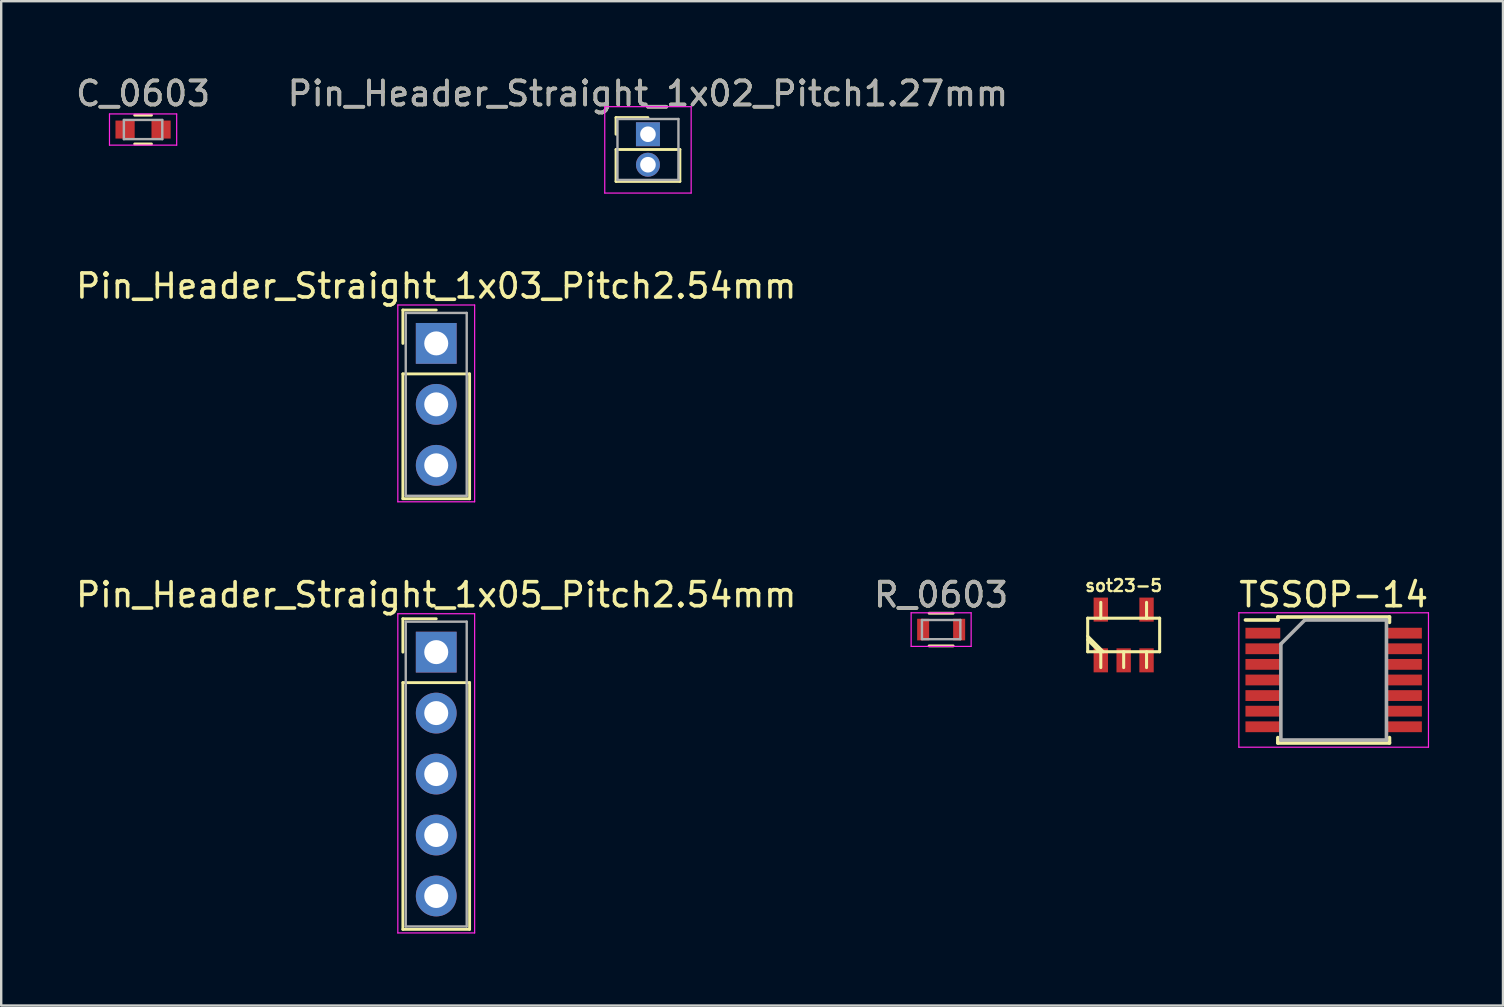
<source format=kicad_pcb>
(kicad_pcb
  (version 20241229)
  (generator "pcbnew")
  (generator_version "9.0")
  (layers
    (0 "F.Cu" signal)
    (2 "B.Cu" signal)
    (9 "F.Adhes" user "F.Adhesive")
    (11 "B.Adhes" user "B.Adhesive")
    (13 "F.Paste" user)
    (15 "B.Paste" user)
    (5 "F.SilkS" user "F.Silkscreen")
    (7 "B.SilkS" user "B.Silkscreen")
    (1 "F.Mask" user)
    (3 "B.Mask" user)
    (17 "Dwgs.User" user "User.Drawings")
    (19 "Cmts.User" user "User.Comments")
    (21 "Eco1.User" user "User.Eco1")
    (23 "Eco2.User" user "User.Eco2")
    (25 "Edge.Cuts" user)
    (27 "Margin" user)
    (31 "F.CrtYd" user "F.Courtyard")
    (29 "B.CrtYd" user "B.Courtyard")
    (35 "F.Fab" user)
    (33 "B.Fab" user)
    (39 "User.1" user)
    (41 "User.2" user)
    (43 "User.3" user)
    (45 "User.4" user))
  (footprint "Pin_Header_Straight_1x03_Pitch2.54mm"
    (layer "F.Cu")
    (at 15.125 11.257)
    (property "Reference" "Pin_Header_Straight_1x03_Pitch2.54mm" (at 0 -2.39 0) (layer "F.SilkS") (effects (font (size 1 1) (thickness 0.15))))
    (attr through_hole)
    (fp_line (start -1.39 -1.39) (end 0 -1.39) (stroke (width 0.12) (type solid)) (layer "F.SilkS"))
    (fp_line (start -1.39 0) (end -1.39 -1.39) (stroke (width 0.12) (type solid)) (layer "F.SilkS"))
    (fp_line (start -1.39 1.27) (end -1.39 6.47) (stroke (width 0.12) (type solid)) (layer "F.SilkS"))
    (fp_line (start -1.39 6.47) (end 1.39 6.47) (stroke (width 0.12) (type solid)) (layer "F.SilkS"))
    (fp_line (start 1.39 1.27) (end -1.39 1.27) (stroke (width 0.12) (type solid)) (layer "F.SilkS"))
    (fp_line (start 1.39 6.47) (end 1.39 1.27) (stroke (width 0.12) (type solid)) (layer "F.SilkS"))
    (fp_line (start -1.6 -1.6) (end -1.6 6.6) (stroke (width 0.05) (type solid)) (layer "F.CrtYd"))
    (fp_line (start -1.6 6.6) (end 1.6 6.6) (stroke (width 0.05) (type solid)) (layer "F.CrtYd"))
    (fp_line (start 1.6 -1.6) (end -1.6 -1.6) (stroke (width 0.05) (type solid)) (layer "F.CrtYd"))
    (fp_line (start 1.6 6.6) (end 1.6 -1.6) (stroke (width 0.05) (type solid)) (layer "F.CrtYd"))
    (fp_line (start -1.27 -1.27) (end -1.27 6.35) (stroke (width 0.1) (type solid)) (layer "F.Fab"))
    (fp_line (start -1.27 6.35) (end 1.27 6.35) (stroke (width 0.1) (type solid)) (layer "F.Fab"))
    (fp_line (start 1.27 -1.27) (end -1.27 -1.27) (stroke (width 0.1) (type solid)) (layer "F.Fab"))
    (fp_line (start 1.27 6.35) (end 1.27 -1.27) (stroke (width 0.1) (type solid)) (layer "F.Fab"))
    (pad "1" thru_hole rect (at 0 0) (size 1.7 1.7) (drill 1) (layers "*.Cu" "*.Mask"))
    (pad "2" thru_hole oval (at 0 2.54) (size 1.7 1.7) (drill 1) (layers "*.Cu" "*.Mask"))
    (pad "3" thru_hole oval (at 0 5.08) (size 1.7 1.7) (drill 1) (layers "*.Cu" "*.Mask")))
  (footprint "sot23-5"
    (layer "F.Cu")
    (at 43.766 23.405)
    (property "Reference" "sot23-5" (at 0 -2.057 0) (layer "F.SilkS") (effects (font (size 0.5 0.5) (thickness 0.099))))
    (attr through_hole)
    (fp_line (start -1.499 -0.699) (end 1.499 -0.699) (stroke (width 0.127) (type solid)) (layer "F.SilkS"))
    (fp_line (start -1.499 0.699) (end -1.499 -0.699) (stroke (width 0.127) (type solid)) (layer "F.SilkS"))
    (fp_line (start -1.003 0.699) (end -1.499 0.203) (stroke (width 0.127) (type solid)) (layer "F.SilkS"))
    (fp_line (start -0.953 -0.699) (end -0.953 -1.359) (stroke (width 0.127) (type solid)) (layer "F.SilkS"))
    (fp_line (start -0.953 0.699) (end -0.953 1.359) (stroke (width 0.127) (type solid)) (layer "F.SilkS"))
    (fp_line (start -0.851 0.699) (end -1.499 0.051) (stroke (width 0.127) (type solid)) (layer "F.SilkS"))
    (fp_line (start 0 0.699) (end 0 1.359) (stroke (width 0.127) (type solid)) (layer "F.SilkS"))
    (fp_line (start 0.953 -0.699) (end 0.953 -1.359) (stroke (width 0.127) (type solid)) (layer "F.SilkS"))
    (fp_line (start 0.953 0.699) (end 0.953 1.359) (stroke (width 0.127) (type solid)) (layer "F.SilkS"))
    (fp_line (start 1.499 -0.699) (end 1.499 0.699) (stroke (width 0.127) (type solid)) (layer "F.SilkS"))
    (fp_line (start 1.499 0.699) (end -1.499 0.699) (stroke (width 0.127) (type solid)) (layer "F.SilkS"))
    (pad "1" smd rect (at -0.953 1.057) (size 0.599 1.001) (layers "F.Cu" "F.Mask" "F.Paste"))
    (pad "2" smd rect (at 0 1.057) (size 0.599 1.001) (layers "F.Cu" "F.Mask" "F.Paste"))
    (pad "3" smd rect (at 0.953 1.057) (size 0.599 1.001) (layers "F.Cu" "F.Mask" "F.Paste"))
    (pad "4" smd rect (at 0.953 -1.057) (size 0.599 1.001) (layers "F.Cu" "F.Mask" "F.Paste"))
    (pad "5" smd rect (at -0.953 -1.057) (size 0.599 1.001) (layers "F.Cu" "F.Mask" "F.Paste")))
  (footprint "C_0603"
    (layer "F.Cu")
    (at 2.911 2.348)
    (property "Reference" "C_0603" (at 0 -1.5 0) (layer "F.SilkS") (effects (font (size 1 1) (thickness 0.15))))
    (attr smd)
    (fp_line (start -0.35 -0.6) (end 0.35 -0.6) (stroke (width 0.12) (type solid)) (layer "F.SilkS"))
    (fp_line (start 0.35 0.6) (end -0.35 0.6) (stroke (width 0.12) (type solid)) (layer "F.SilkS"))
    (fp_line (start -1.4 -0.65) (end -1.4 0.65) (stroke (width 0.05) (type solid)) (layer "F.CrtYd"))
    (fp_line (start -1.4 -0.65) (end 1.4 -0.65) (stroke (width 0.05) (type solid)) (layer "F.CrtYd"))
    (fp_line (start 1.4 0.65) (end -1.4 0.65) (stroke (width 0.05) (type solid)) (layer "F.CrtYd"))
    (fp_line (start 1.4 0.65) (end 1.4 -0.65) (stroke (width 0.05) (type solid)) (layer "F.CrtYd"))
    (fp_line (start -0.8 -0.4) (end 0.8 -0.4) (stroke (width 0.1) (type solid)) (layer "F.Fab"))
    (fp_line (start -0.8 0.4) (end -0.8 -0.4) (stroke (width 0.1) (type solid)) (layer "F.Fab"))
    (fp_line (start 0.8 -0.4) (end 0.8 0.4) (stroke (width 0.1) (type solid)) (layer "F.Fab"))
    (fp_line (start 0.8 0.4) (end -0.8 0.4) (stroke (width 0.1) (type solid)) (layer "F.Fab"))
    (fp_text user "${REFERENCE}" (at 0 -1.5 0) (layer "F.Fab") (effects (font (size 1 1) (thickness 0.15))))
    (pad "1" smd rect (at -0.75 0) (size 0.8 0.75) (layers "F.Cu" "F.Mask" "F.Paste"))
    (pad "2" smd rect (at 0.75 0) (size 0.8 0.75) (layers "F.Cu" "F.Mask" "F.Paste")))
  (footprint "Pin_Header_Straight_1x05_Pitch2.54mm"
    (layer "F.Cu")
    (at 15.125 24.12)
    (property "Reference" "Pin_Header_Straight_1x05_Pitch2.54mm" (at 0 -2.39 0) (layer "F.SilkS") (effects (font (size 1 1) (thickness 0.15))))
    (attr through_hole)
    (fp_line (start -1.39 -1.39) (end 0 -1.39) (stroke (width 0.12) (type solid)) (layer "F.SilkS"))
    (fp_line (start -1.39 0) (end -1.39 -1.39) (stroke (width 0.12) (type solid)) (layer "F.SilkS"))
    (fp_line (start -1.39 1.27) (end -1.39 11.55) (stroke (width 0.12) (type solid)) (layer "F.SilkS"))
    (fp_line (start -1.39 11.55) (end 1.39 11.55) (stroke (width 0.12) (type solid)) (layer "F.SilkS"))
    (fp_line (start 1.39 1.27) (end -1.39 1.27) (stroke (width 0.12) (type solid)) (layer "F.SilkS"))
    (fp_line (start 1.39 11.55) (end 1.39 1.27) (stroke (width 0.12) (type solid)) (layer "F.SilkS"))
    (fp_line (start -1.6 -1.6) (end -1.6 11.7) (stroke (width 0.05) (type solid)) (layer "F.CrtYd"))
    (fp_line (start -1.6 11.7) (end 1.6 11.7) (stroke (width 0.05) (type solid)) (layer "F.CrtYd"))
    (fp_line (start 1.6 -1.6) (end -1.6 -1.6) (stroke (width 0.05) (type solid)) (layer "F.CrtYd"))
    (fp_line (start 1.6 11.7) (end 1.6 -1.6) (stroke (width 0.05) (type solid)) (layer "F.CrtYd"))
    (fp_line (start -1.27 -1.27) (end -1.27 11.43) (stroke (width 0.1) (type solid)) (layer "F.Fab"))
    (fp_line (start -1.27 11.43) (end 1.27 11.43) (stroke (width 0.1) (type solid)) (layer "F.Fab"))
    (fp_line (start 1.27 -1.27) (end -1.27 -1.27) (stroke (width 0.1) (type solid)) (layer "F.Fab"))
    (fp_line (start 1.27 11.43) (end 1.27 -1.27) (stroke (width 0.1) (type solid)) (layer "F.Fab"))
    (pad "1" thru_hole rect (at 0 0) (size 1.7 1.7) (drill 1) (layers "*.Cu" "*.Mask"))
    (pad "2" thru_hole oval (at 0 2.54) (size 1.7 1.7) (drill 1) (layers "*.Cu" "*.Mask"))
    (pad "3" thru_hole oval (at 0 5.08) (size 1.7 1.7) (drill 1) (layers "*.Cu" "*.Mask"))
    (pad "4" thru_hole oval (at 0 7.62) (size 1.7 1.7) (drill 1) (layers "*.Cu" "*.Mask"))
    (pad "5" thru_hole oval (at 0 10.16) (size 1.7 1.7) (drill 1) (layers "*.Cu" "*.Mask")))
  (footprint "Pin_Header_Straight_1x02_Pitch1.27mm"
    (layer "F.Cu")
    (at 23.946 2.543)
    (property "Reference" "Pin_Header_Straight_1x02_Pitch1.27mm" (at 0 -1.695 0) (layer "F.SilkS") (effects (font (size 1 1) (thickness 0.15))))
    (attr through_hole)
    (fp_line (start -1.33 -0.695) (end 0 -0.695) (stroke (width 0.12) (type solid)) (layer "F.SilkS"))
    (fp_line (start -1.33 0) (end -1.33 -0.695) (stroke (width 0.12) (type solid)) (layer "F.SilkS"))
    (fp_line (start -1.33 0.635) (end -1.33 1.965) (stroke (width 0.12) (type solid)) (layer "F.SilkS"))
    (fp_line (start -1.33 1.965) (end 1.33 1.965) (stroke (width 0.12) (type solid)) (layer "F.SilkS"))
    (fp_line (start 1.33 0.635) (end -1.33 0.635) (stroke (width 0.12) (type solid)) (layer "F.SilkS"))
    (fp_line (start 1.33 1.965) (end 1.33 0.635) (stroke (width 0.12) (type solid)) (layer "F.SilkS"))
    (fp_line (start -1.8 -1.15) (end -1.8 2.45) (stroke (width 0.05) (type solid)) (layer "F.CrtYd"))
    (fp_line (start -1.8 2.45) (end 1.8 2.45) (stroke (width 0.05) (type solid)) (layer "F.CrtYd"))
    (fp_line (start 1.8 -1.15) (end -1.8 -1.15) (stroke (width 0.05) (type solid)) (layer "F.CrtYd"))
    (fp_line (start 1.8 2.45) (end 1.8 -1.15) (stroke (width 0.05) (type solid)) (layer "F.CrtYd"))
    (fp_line (start -1.27 -0.635) (end -1.27 1.905) (stroke (width 0.1) (type solid)) (layer "F.Fab"))
    (fp_line (start -1.27 1.905) (end 1.27 1.905) (stroke (width 0.1) (type solid)) (layer "F.Fab"))
    (fp_line (start 1.27 -0.635) (end -1.27 -0.635) (stroke (width 0.1) (type solid)) (layer "F.Fab"))
    (fp_line (start 1.27 1.905) (end 1.27 -0.635) (stroke (width 0.1) (type solid)) (layer "F.Fab"))
    (fp_text user "${REFERENCE}" (at 0 -1.695 0) (layer "F.Fab") (effects (font (size 1 1) (thickness 0.15))))
    (pad "1" thru_hole rect (at 0 0) (size 1 1) (drill 0.65) (layers "*.Cu" "*.Mask"))
    (pad "2" thru_hole oval (at 0 1.27) (size 1 1) (drill 0.65) (layers "*.Cu" "*.Mask")))
  (footprint "TSSOP-14"
    (layer "F.Cu")
    (at 52.515 25.28)
    (property "Reference" "TSSOP-14" (at 0 -3.55 0) (layer "F.SilkS") (effects (font (size 1 1) (thickness 0.15))))
    (attr smd)
    (fp_line (start -2.325 -2.625) (end -2.325 -2.5) (stroke (width 0.15) (type solid)) (layer "F.SilkS"))
    (fp_line (start -2.325 -2.625) (end 2.325 -2.625) (stroke (width 0.15) (type solid)) (layer "F.SilkS"))
    (fp_line (start -2.325 -2.5) (end -3.675 -2.5) (stroke (width 0.15) (type solid)) (layer "F.SilkS"))
    (fp_line (start -2.325 2.625) (end -2.325 2.4) (stroke (width 0.15) (type solid)) (layer "F.SilkS"))
    (fp_line (start -2.325 2.625) (end 2.325 2.625) (stroke (width 0.15) (type solid)) (layer "F.SilkS"))
    (fp_line (start 2.325 -2.625) (end 2.325 -2.4) (stroke (width 0.15) (type solid)) (layer "F.SilkS"))
    (fp_line (start 2.325 2.625) (end 2.325 2.4) (stroke (width 0.15) (type solid)) (layer "F.SilkS"))
    (fp_line (start -3.95 -2.8) (end -3.95 2.8) (stroke (width 0.05) (type solid)) (layer "F.CrtYd"))
    (fp_line (start -3.95 -2.8) (end 3.95 -2.8) (stroke (width 0.05) (type solid)) (layer "F.CrtYd"))
    (fp_line (start -3.95 2.8) (end 3.95 2.8) (stroke (width 0.05) (type solid)) (layer "F.CrtYd"))
    (fp_line (start 3.95 -2.8) (end 3.95 2.8) (stroke (width 0.05) (type solid)) (layer "F.CrtYd"))
    (fp_line (start -2.2 -1.5) (end -1.2 -2.5) (stroke (width 0.15) (type solid)) (layer "F.Fab"))
    (fp_line (start -2.2 2.5) (end -2.2 -1.5) (stroke (width 0.15) (type solid)) (layer "F.Fab"))
    (fp_line (start -1.2 -2.5) (end 2.2 -2.5) (stroke (width 0.15) (type solid)) (layer "F.Fab"))
    (fp_line (start 2.2 -2.5) (end 2.2 2.5) (stroke (width 0.15) (type solid)) (layer "F.Fab"))
    (fp_line (start 2.2 2.5) (end -2.2 2.5) (stroke (width 0.15) (type solid)) (layer "F.Fab"))
    (pad "1" smd rect (at -2.95 -1.95) (size 1.45 0.45) (layers "F.Cu" "F.Mask" "F.Paste"))
    (pad "2" smd rect (at -2.95 -1.3) (size 1.45 0.45) (layers "F.Cu" "F.Mask" "F.Paste"))
    (pad "3" smd rect (at -2.95 -0.65) (size 1.45 0.45) (layers "F.Cu" "F.Mask" "F.Paste"))
    (pad "4" smd rect (at -2.95 0) (size 1.45 0.45) (layers "F.Cu" "F.Mask" "F.Paste"))
    (pad "5" smd rect (at -2.95 0.65) (size 1.45 0.45) (layers "F.Cu" "F.Mask" "F.Paste"))
    (pad "6" smd rect (at -2.95 1.3) (size 1.45 0.45) (layers "F.Cu" "F.Mask" "F.Paste"))
    (pad "7" smd rect (at -2.95 1.95) (size 1.45 0.45) (layers "F.Cu" "F.Mask" "F.Paste"))
    (pad "8" smd rect (at 2.95 1.95) (size 1.45 0.45) (layers "F.Cu" "F.Mask" "F.Paste"))
    (pad "9" smd rect (at 2.95 1.3) (size 1.45 0.45) (layers "F.Cu" "F.Mask" "F.Paste"))
    (pad "10" smd rect (at 2.95 0.65) (size 1.45 0.45) (layers "F.Cu" "F.Mask" "F.Paste"))
    (pad "11" smd rect (at 2.95 0) (size 1.45 0.45) (layers "F.Cu" "F.Mask" "F.Paste"))
    (pad "12" smd rect (at 2.95 -0.65) (size 1.45 0.45) (layers "F.Cu" "F.Mask" "F.Paste"))
    (pad "13" smd rect (at 2.95 -1.3) (size 1.45 0.45) (layers "F.Cu" "F.Mask" "F.Paste"))
    (pad "14" smd rect (at 2.95 -1.95) (size 1.45 0.45) (layers "F.Cu" "F.Mask" "F.Paste")))
  (footprint "R_0603"
    (layer "F.Cu")
    (at 36.161 23.18)
    (property "Reference" "R_0603" (at 0 -1.45 0) (layer "F.SilkS") (effects (font (size 1 1) (thickness 0.15))))
    (attr smd)
    (fp_line (start -0.5 -0.68) (end 0.5 -0.68) (stroke (width 0.12) (type solid)) (layer "F.SilkS"))
    (fp_line (start 0.5 0.68) (end -0.5 0.68) (stroke (width 0.12) (type solid)) (layer "F.SilkS"))
    (fp_line (start -1.25 -0.7) (end -1.25 0.7) (stroke (width 0.05) (type solid)) (layer "F.CrtYd"))
    (fp_line (start -1.25 -0.7) (end 1.25 -0.7) (stroke (width 0.05) (type solid)) (layer "F.CrtYd"))
    (fp_line (start 1.25 0.7) (end -1.25 0.7) (stroke (width 0.05) (type solid)) (layer "F.CrtYd"))
    (fp_line (start 1.25 0.7) (end 1.25 -0.7) (stroke (width 0.05) (type solid)) (layer "F.CrtYd"))
    (fp_line (start -0.8 -0.4) (end 0.8 -0.4) (stroke (width 0.1) (type solid)) (layer "F.Fab"))
    (fp_line (start -0.8 0.4) (end -0.8 -0.4) (stroke (width 0.1) (type solid)) (layer "F.Fab"))
    (fp_line (start 0.8 -0.4) (end 0.8 0.4) (stroke (width 0.1) (type solid)) (layer "F.Fab"))
    (fp_line (start 0.8 0.4) (end -0.8 0.4) (stroke (width 0.1) (type solid)) (layer "F.Fab"))
    (fp_text user "${REFERENCE}" (at 0 -1.45 0) (layer "F.Fab") (effects (font (size 1 1) (thickness 0.15))))
    (pad "1" smd rect (at -0.75 0) (size 0.5 0.9) (layers "F.Cu" "F.Mask" "F.Paste"))
    (pad "2" smd rect (at 0.75 0) (size 0.5 0.9) (layers "F.Cu" "F.Mask" "F.Paste")))
  (gr_rect
    (start -3 -3)
    (end 59.569 38.845)
    (stroke (width 0.1) (type default))
    (fill no)
    (layer "Edge.Cuts")))
</source>
